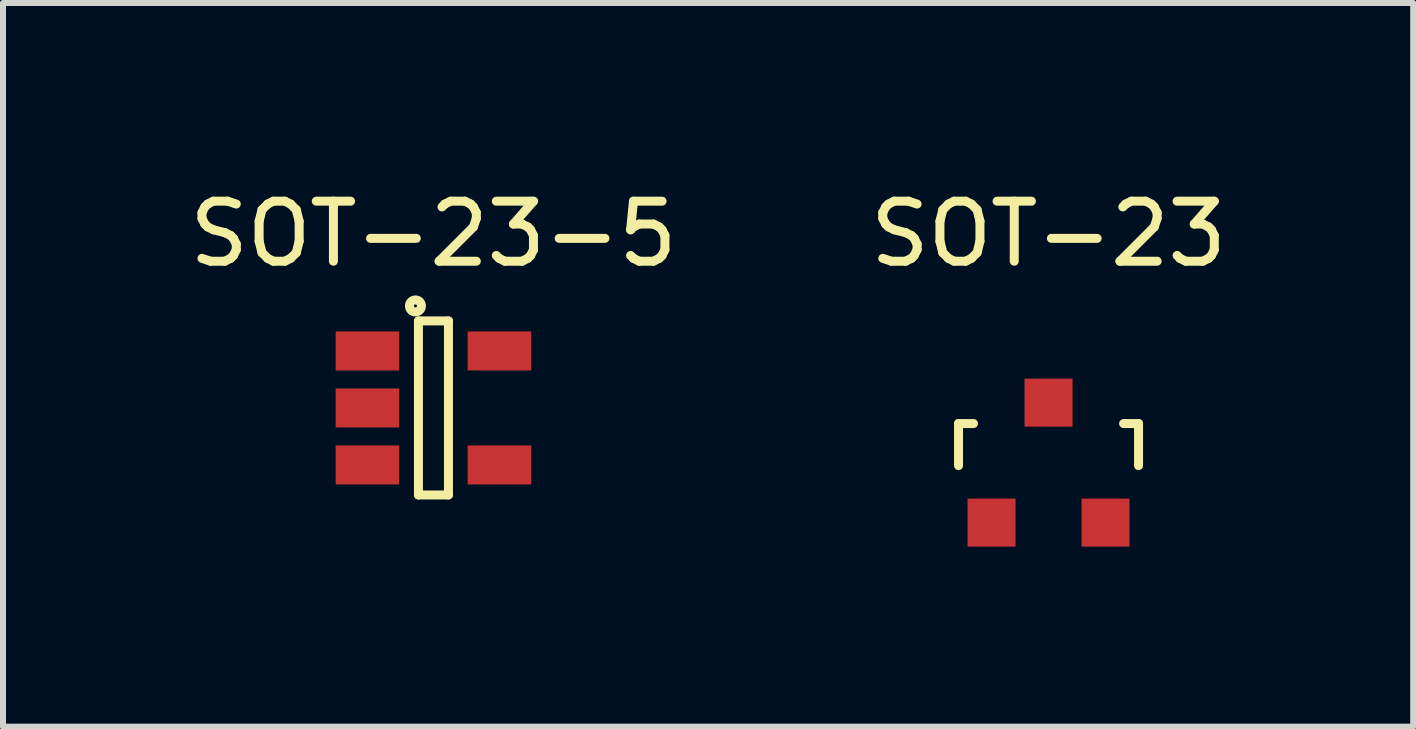
<source format=kicad_pcb>
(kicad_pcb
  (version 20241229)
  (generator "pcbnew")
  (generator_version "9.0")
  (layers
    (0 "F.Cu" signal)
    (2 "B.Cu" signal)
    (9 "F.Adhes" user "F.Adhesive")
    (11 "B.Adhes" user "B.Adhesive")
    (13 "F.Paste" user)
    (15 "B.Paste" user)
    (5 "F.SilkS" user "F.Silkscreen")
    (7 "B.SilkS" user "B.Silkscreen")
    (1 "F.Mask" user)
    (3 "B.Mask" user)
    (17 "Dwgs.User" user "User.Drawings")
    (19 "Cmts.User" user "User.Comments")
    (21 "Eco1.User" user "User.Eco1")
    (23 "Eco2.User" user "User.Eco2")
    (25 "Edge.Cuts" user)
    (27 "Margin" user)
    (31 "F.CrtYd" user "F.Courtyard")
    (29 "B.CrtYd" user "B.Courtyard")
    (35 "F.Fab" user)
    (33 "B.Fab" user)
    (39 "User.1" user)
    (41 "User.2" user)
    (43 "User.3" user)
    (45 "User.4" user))
  (footprint "SOT-23-5"
    (layer "F.Cu")
    (at 4.173 3.748)
    (property "Reference" "SOT-23-5" (at 0 -2.9 0) (layer "F.SilkS") (effects (font (size 1 1) (thickness 0.15))))
    (attr smd)
    (fp_line (start -0.25 -1.45) (end -0.25 1.45) (stroke (width 0.15) (type solid)) (layer "F.SilkS"))
    (fp_line (start -0.25 1.45) (end 0.25 1.45) (stroke (width 0.15) (type solid)) (layer "F.SilkS"))
    (fp_line (start 0.25 -1.45) (end -0.25 -1.45) (stroke (width 0.15) (type solid)) (layer "F.SilkS"))
    (fp_line (start 0.25 1.45) (end 0.25 -1.45) (stroke (width 0.15) (type solid)) (layer "F.SilkS"))
    (fp_circle (center -0.3 -1.7) (end -0.2 -1.7) (stroke (width 0.15) (type solid)) (fill no) (layer "F.SilkS"))
    (pad "1" smd rect (at -1.1 -0.95) (size 1.06 0.65) (layers "F.Cu" "F.Mask" "F.Paste"))
    (pad "2" smd rect (at -1.1 0) (size 1.06 0.65) (layers "F.Cu" "F.Mask" "F.Paste"))
    (pad "3" smd rect (at -1.1 0.95) (size 1.06 0.65) (layers "F.Cu" "F.Mask" "F.Paste"))
    (pad "4" smd rect (at 1.1 0.95) (size 1.06 0.65) (layers "F.Cu" "F.Mask" "F.Paste"))
    (pad "5" smd rect (at 1.1 -0.95) (size 1.06 0.65) (layers "F.Cu" "F.Mask" "F.Paste")))
  (footprint "SOT-23"
    (layer "F.Cu")
    (at 14.423 4.658)
    (property "Reference" "SOT-23" (at 0 -3.81 0) (layer "F.SilkS") (effects (font (size 1 1) (thickness 0.15))))
    (attr smd)
    (fp_line (start -1.5 -0.65) (end -1.251 -0.65) (stroke (width 0.15) (type solid)) (layer "F.SilkS"))
    (fp_line (start -1.5 0.051) (end -1.5 -0.65) (stroke (width 0.15) (type solid)) (layer "F.SilkS"))
    (fp_line (start 1.299 -0.65) (end 1.251 -0.65) (stroke (width 0.15) (type solid)) (layer "F.SilkS"))
    (fp_line (start 1.299 -0.65) (end 1.5 -0.65) (stroke (width 0.15) (type solid)) (layer "F.SilkS"))
    (fp_line (start 1.5 -0.65) (end 1.5 0.051) (stroke (width 0.15) (type solid)) (layer "F.SilkS"))
    (pad "1" smd rect (at -0.95 1.001) (size 0.8 0.8) (layers "F.Cu" "F.Mask" "F.Paste"))
    (pad "2" smd rect (at 0.95 1.001) (size 0.8 0.8) (layers "F.Cu" "F.Mask" "F.Paste"))
    (pad "3" smd rect (at 0 -0.998) (size 0.8 0.8) (layers "F.Cu" "F.Mask" "F.Paste")))
  (gr_rect
    (start -3 -3)
    (end 20.5 9.059)
    (stroke (width 0.1) (type default))
    (fill no)
    (layer "Edge.Cuts")))
</source>
